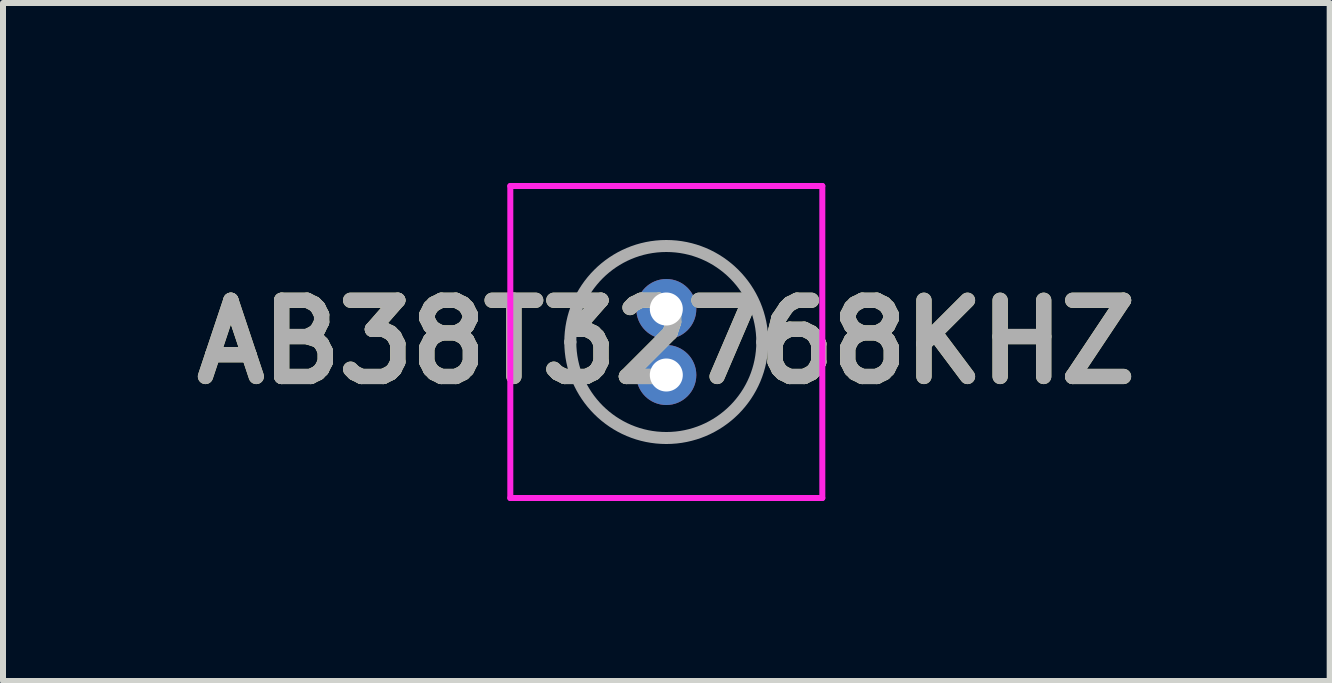
<source format=kicad_pcb>
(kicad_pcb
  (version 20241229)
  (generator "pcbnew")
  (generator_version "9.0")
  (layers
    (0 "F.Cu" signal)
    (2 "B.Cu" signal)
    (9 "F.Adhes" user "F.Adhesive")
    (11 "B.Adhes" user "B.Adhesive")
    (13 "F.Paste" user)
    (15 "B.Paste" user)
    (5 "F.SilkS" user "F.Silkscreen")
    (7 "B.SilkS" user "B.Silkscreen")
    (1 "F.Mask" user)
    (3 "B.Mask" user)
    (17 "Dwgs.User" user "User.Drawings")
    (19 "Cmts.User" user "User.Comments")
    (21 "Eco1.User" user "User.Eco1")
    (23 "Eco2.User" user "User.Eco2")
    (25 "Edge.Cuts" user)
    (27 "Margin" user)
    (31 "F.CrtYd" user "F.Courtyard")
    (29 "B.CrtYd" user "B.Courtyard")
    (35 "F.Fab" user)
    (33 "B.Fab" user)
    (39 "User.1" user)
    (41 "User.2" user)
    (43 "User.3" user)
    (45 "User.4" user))
  (footprint "AB38T32768KHZ"
    (layer "F.Cu")
    (at 8.055 2.1)
    (property "Reference" "AB38T32768KHZ" (at 0 0.55 0) (layer "F.SilkS") (effects (font (size 1.27 1.27) (thickness 0.254))))
    (attr through_hole)
    (fp_line (start -1.6 0.55) (end -1.6 0.55) (stroke (width 0.1) (type solid)) (layer "F.SilkS"))
    (fp_line (start 1.6 0.55) (end 1.6 0.55) (stroke (width 0.1) (type solid)) (layer "F.SilkS"))
    (fp_arc (start -1.6 0.55) (mid 0 -1.05) (end 1.6 0.55) (stroke (width 0.1) (type solid)) (layer "F.SilkS"))
    (fp_arc (start 1.6 0.55) (mid 0 2.15) (end -1.6 0.55) (stroke (width 0.1) (type solid)) (layer "F.SilkS"))
    (fp_line (start -2.6 -2.05) (end 2.6 -2.05) (stroke (width 0.1) (type solid)) (layer "F.CrtYd"))
    (fp_line (start -2.6 3.15) (end -2.6 -2.05) (stroke (width 0.1) (type solid)) (layer "F.CrtYd"))
    (fp_line (start 2.6 -2.05) (end 2.6 3.15) (stroke (width 0.1) (type solid)) (layer "F.CrtYd"))
    (fp_line (start 2.6 3.15) (end -2.6 3.15) (stroke (width 0.1) (type solid)) (layer "F.CrtYd"))
    (fp_line (start -1.6 0.55) (end -1.6 0.55) (stroke (width 0.2) (type solid)) (layer "F.Fab"))
    (fp_line (start 1.6 0.55) (end 1.6 0.55) (stroke (width 0.2) (type solid)) (layer "F.Fab"))
    (fp_arc (start -1.6 0.55) (mid 0 -1.05) (end 1.6 0.55) (stroke (width 0.2) (type solid)) (layer "F.Fab"))
    (fp_arc (start 1.6 0.55) (mid 0 2.15) (end -1.6 0.55) (stroke (width 0.2) (type solid)) (layer "F.Fab"))
    (fp_text user "${REFERENCE}" (at 0 0.55 0) (layer "F.Fab") (effects (font (size 1.27 1.27) (thickness 0.254))))
    (pad "1" thru_hole circle (at 0 0) (size 1 1) (drill 0.55) (layers "*.Cu" "*.Mask"))
    (pad "2" thru_hole circle (at 0 1.1) (size 1 1) (drill 0.55) (layers "*.Cu" "*.Mask")))
  (gr_rect
    (start -3 -3)
    (end 19.111 8.3)
    (stroke (width 0.1) (type default))
    (fill no)
    (layer "Edge.Cuts")))
</source>
